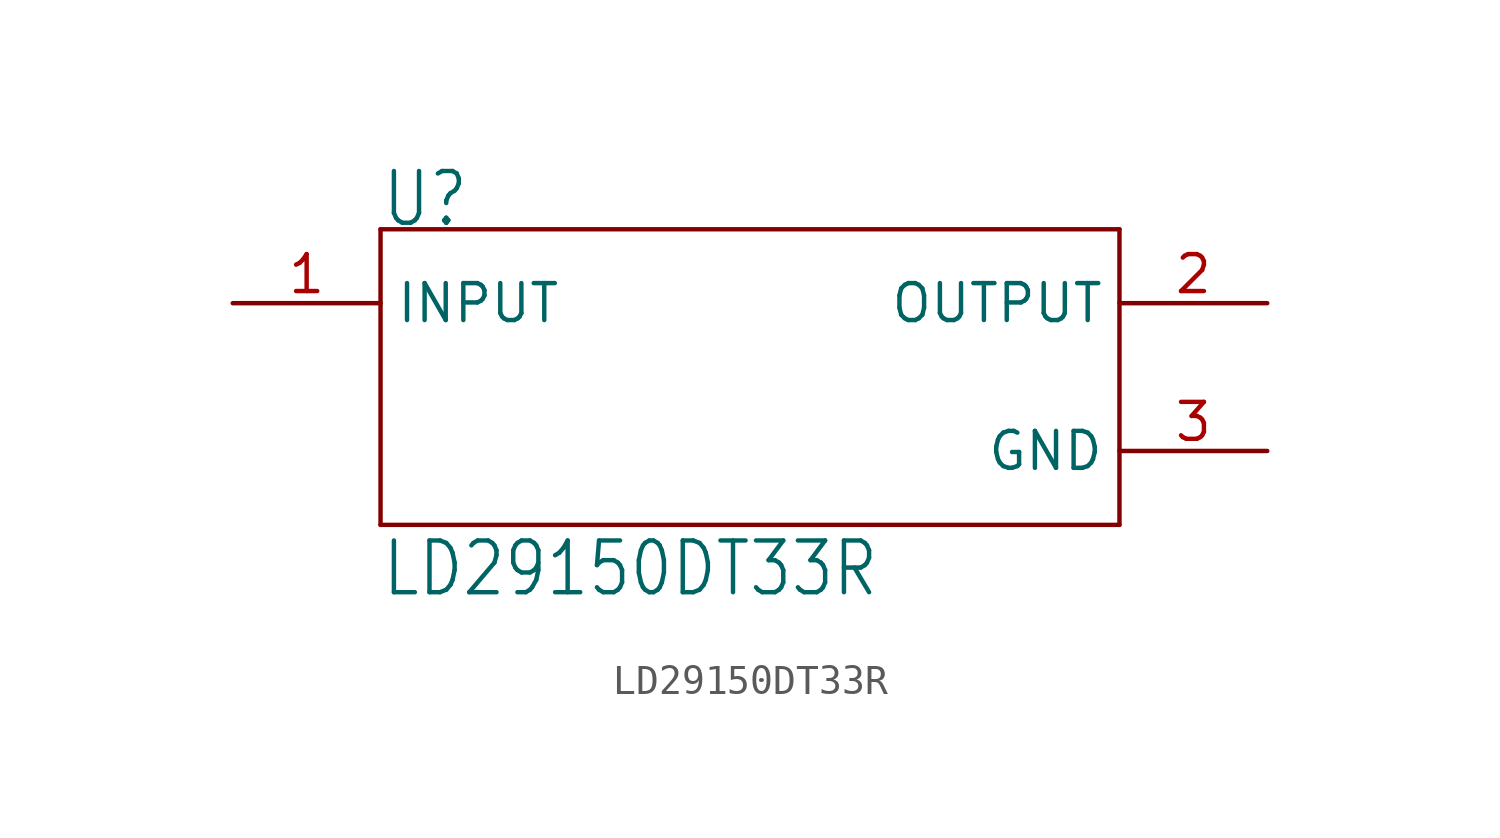
<source format=kicad_sym>
(kicad_symbol_lib
  (version 20211014)
  (generator kicad_symbol_editor)
  (symbol "LD29150DT33R"
    (property "Reference" "U"
      (at -12.7 5.08 0)
      (effects (font (size 1.778 1.511)) (justify left bottom)))
    (property "Value" "LD29150DT33R"
      (at -12.7 -7.62 0)
      (effects (font (size 1.778 1.511)) (justify left bottom)))
    (property "ki_locked" ""
      (at 0 0 0)
      (effects (font (size 1.27 1.27))))
    (symbol "LD29150DT33R_1_0"
      (polyline (pts (xy -12.7 -5.08) (xy 12.7 -5.08)) (stroke (width 0.152) (type default) (color 0 0 0 0)) (fill (type none)))
      (polyline (pts (xy -12.7 5.08) (xy -12.7 -5.08)) (stroke (width 0.152) (type default) (color 0 0 0 0)) (fill (type none)))
      (polyline (pts (xy 12.7 -5.08) (xy 12.7 5.08)) (stroke (width 0.152) (type default) (color 0 0 0 0)) (fill (type none)))
      (polyline (pts (xy 12.7 5.08) (xy -12.7 5.08)) (stroke (width 0.152) (type default) (color 0 0 0 0)) (fill (type none)))
      (pin input line (at -17.78 2.54 0) (length 5.08) (name "INPUT" (effects (font (size 1.27 1.27)))) (number "1" (effects (font (size 1.27 1.27)))))
      (pin output line (at 17.78 2.54 180) (length 5.08) (name "OUTPUT" (effects (font (size 1.27 1.27)))) (number "2" (effects (font (size 1.27 1.27)))))
      (pin power_in line (at 17.78 -2.54 180) (length 5.08) (name "GND" (effects (font (size 1.27 1.27)))) (number "3" (effects (font (size 1.27 1.27))))))))
</source>
